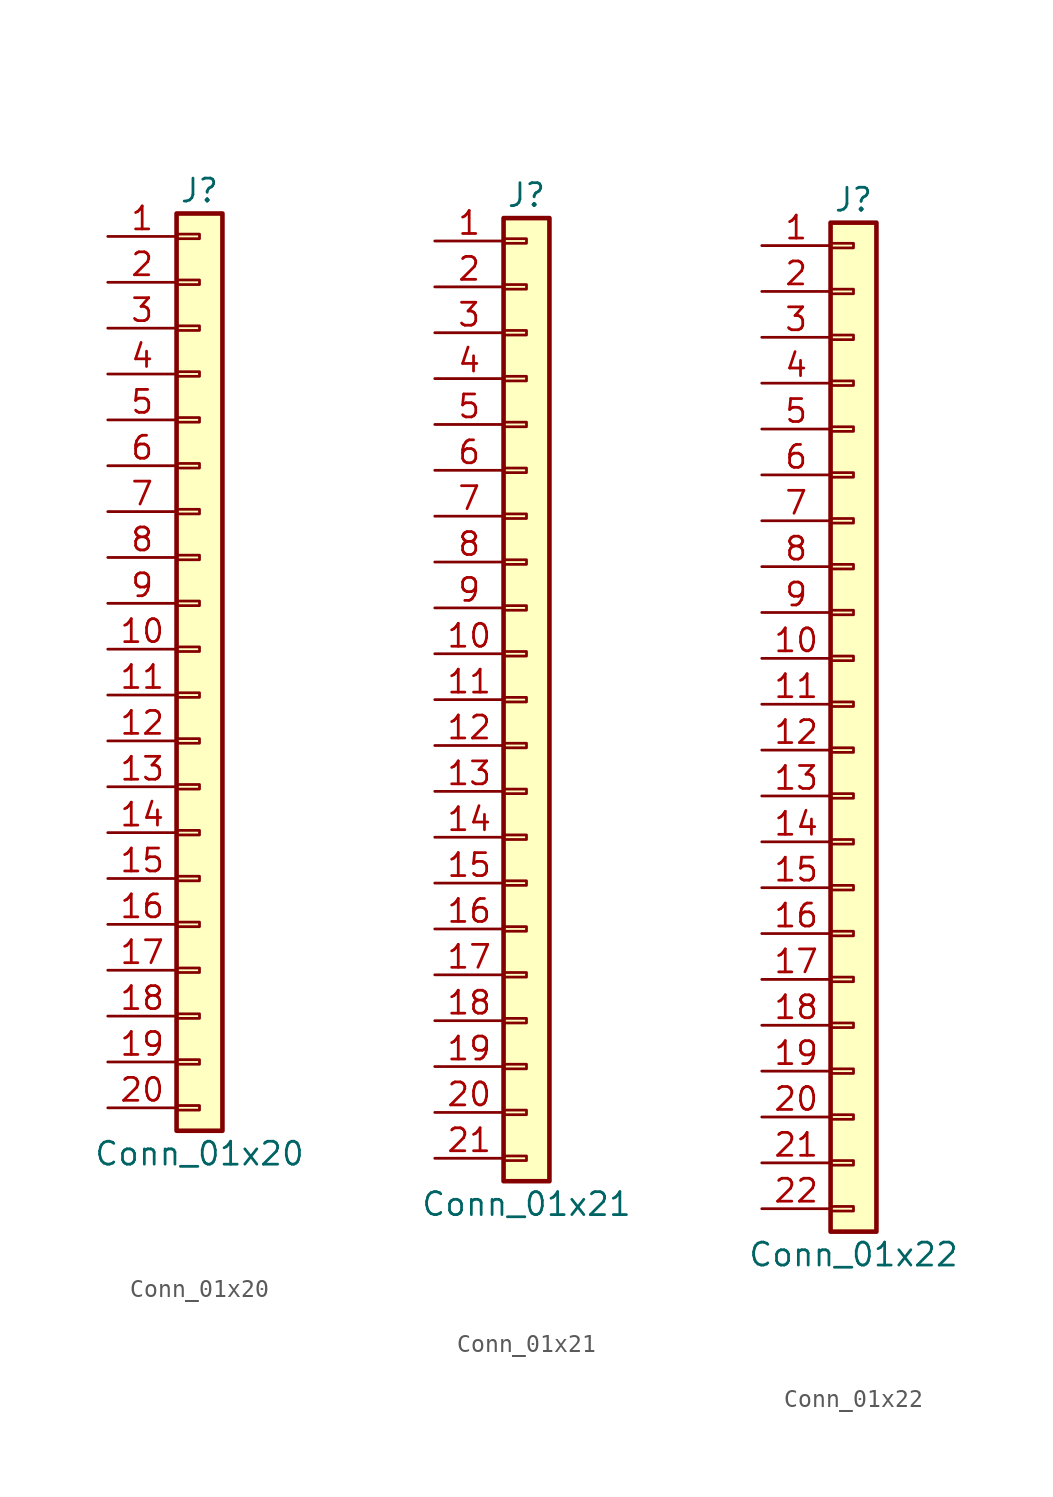
<source format=kicad_sym>
(kicad_symbol_lib
  (version 20201005)
  (generator kicad_symbol_editor)
  (symbol "Conn_01x20"
    (pin_names
      (offset 1.016) hide)
    (property "Reference" "J"
      (at 0 25.4 0)
      (effects (font (size 1.27 1.27))))
    (property "Value" "Conn_01x20"
      (at 0 -27.94 0)
      (effects (font (size 1.27 1.27))))
    (symbol "Conn_01x20_1_1"
      (rectangle (start -1.27 -25.273) (end 0 -25.527) (stroke (width 0.152)) (fill (type none)))
      (rectangle (start -1.27 -22.733) (end 0 -22.987) (stroke (width 0.152)) (fill (type none)))
      (rectangle (start -1.27 -20.193) (end 0 -20.447) (stroke (width 0.152)) (fill (type none)))
      (rectangle (start -1.27 -17.653) (end 0 -17.907) (stroke (width 0.152)) (fill (type none)))
      (rectangle (start -1.27 -15.113) (end 0 -15.367) (stroke (width 0.152)) (fill (type none)))
      (rectangle (start -1.27 -12.573) (end 0 -12.827) (stroke (width 0.152)) (fill (type none)))
      (rectangle (start -1.27 -10.033) (end 0 -10.287) (stroke (width 0.152)) (fill (type none)))
      (rectangle (start -1.27 -7.493) (end 0 -7.747) (stroke (width 0.152)) (fill (type none)))
      (rectangle (start -1.27 -4.953) (end 0 -5.207) (stroke (width 0.152)) (fill (type none)))
      (rectangle (start -1.27 -2.413) (end 0 -2.667) (stroke (width 0.152)) (fill (type none)))
      (rectangle (start -1.27 0.127) (end 0 -0.127) (stroke (width 0.152)) (fill (type none)))
      (rectangle (start -1.27 2.667) (end 0 2.413) (stroke (width 0.152)) (fill (type none)))
      (rectangle (start -1.27 5.207) (end 0 4.953) (stroke (width 0.152)) (fill (type none)))
      (rectangle (start -1.27 7.747) (end 0 7.493) (stroke (width 0.152)) (fill (type none)))
      (rectangle (start -1.27 10.287) (end 0 10.033) (stroke (width 0.152)) (fill (type none)))
      (rectangle (start -1.27 12.827) (end 0 12.573) (stroke (width 0.152)) (fill (type none)))
      (rectangle (start -1.27 15.367) (end 0 15.113) (stroke (width 0.152)) (fill (type none)))
      (rectangle (start -1.27 17.907) (end 0 17.653) (stroke (width 0.152)) (fill (type none)))
      (rectangle (start -1.27 20.447) (end 0 20.193) (stroke (width 0.152)) (fill (type none)))
      (rectangle (start -1.27 22.987) (end 0 22.733) (stroke (width 0.152)) (fill (type none)))
      (rectangle (start -1.27 24.13) (end 1.27 -26.67) (stroke (width 0.254)) (fill (type background)))
      (pin passive line (at -5.08 22.86 0) (length 3.81) (name "Pin_1" (effects (font (size 1.27 1.27)))) (number "1" (effects (font (size 1.27 1.27)))))
      (pin passive line (at -5.08 0 0) (length 3.81) (name "Pin_10" (effects (font (size 1.27 1.27)))) (number "10" (effects (font (size 1.27 1.27)))))
      (pin passive line (at -5.08 -2.54 0) (length 3.81) (name "Pin_11" (effects (font (size 1.27 1.27)))) (number "11" (effects (font (size 1.27 1.27)))))
      (pin passive line (at -5.08 -5.08 0) (length 3.81) (name "Pin_12" (effects (font (size 1.27 1.27)))) (number "12" (effects (font (size 1.27 1.27)))))
      (pin passive line (at -5.08 -7.62 0) (length 3.81) (name "Pin_13" (effects (font (size 1.27 1.27)))) (number "13" (effects (font (size 1.27 1.27)))))
      (pin passive line (at -5.08 -10.16 0) (length 3.81) (name "Pin_14" (effects (font (size 1.27 1.27)))) (number "14" (effects (font (size 1.27 1.27)))))
      (pin passive line (at -5.08 -12.7 0) (length 3.81) (name "Pin_15" (effects (font (size 1.27 1.27)))) (number "15" (effects (font (size 1.27 1.27)))))
      (pin passive line (at -5.08 -15.24 0) (length 3.81) (name "Pin_16" (effects (font (size 1.27 1.27)))) (number "16" (effects (font (size 1.27 1.27)))))
      (pin passive line (at -5.08 -17.78 0) (length 3.81) (name "Pin_17" (effects (font (size 1.27 1.27)))) (number "17" (effects (font (size 1.27 1.27)))))
      (pin passive line (at -5.08 -20.32 0) (length 3.81) (name "Pin_18" (effects (font (size 1.27 1.27)))) (number "18" (effects (font (size 1.27 1.27)))))
      (pin passive line (at -5.08 -22.86 0) (length 3.81) (name "Pin_19" (effects (font (size 1.27 1.27)))) (number "19" (effects (font (size 1.27 1.27)))))
      (pin passive line (at -5.08 20.32 0) (length 3.81) (name "Pin_2" (effects (font (size 1.27 1.27)))) (number "2" (effects (font (size 1.27 1.27)))))
      (pin passive line (at -5.08 -25.4 0) (length 3.81) (name "Pin_20" (effects (font (size 1.27 1.27)))) (number "20" (effects (font (size 1.27 1.27)))))
      (pin passive line (at -5.08 17.78 0) (length 3.81) (name "Pin_3" (effects (font (size 1.27 1.27)))) (number "3" (effects (font (size 1.27 1.27)))))
      (pin passive line (at -5.08 15.24 0) (length 3.81) (name "Pin_4" (effects (font (size 1.27 1.27)))) (number "4" (effects (font (size 1.27 1.27)))))
      (pin passive line (at -5.08 12.7 0) (length 3.81) (name "Pin_5" (effects (font (size 1.27 1.27)))) (number "5" (effects (font (size 1.27 1.27)))))
      (pin passive line (at -5.08 10.16 0) (length 3.81) (name "Pin_6" (effects (font (size 1.27 1.27)))) (number "6" (effects (font (size 1.27 1.27)))))
      (pin passive line (at -5.08 7.62 0) (length 3.81) (name "Pin_7" (effects (font (size 1.27 1.27)))) (number "7" (effects (font (size 1.27 1.27)))))
      (pin passive line (at -5.08 5.08 0) (length 3.81) (name "Pin_8" (effects (font (size 1.27 1.27)))) (number "8" (effects (font (size 1.27 1.27)))))
      (pin passive line (at -5.08 2.54 0) (length 3.81) (name "Pin_9" (effects (font (size 1.27 1.27)))) (number "9" (effects (font (size 1.27 1.27)))))))
  (symbol "Conn_01x21"
    (pin_names
      (offset 1.016) hide)
    (property "Reference" "J"
      (at 0 27.94 0)
      (effects (font (size 1.27 1.27))))
    (property "Value" "Conn_01x21"
      (at 0 -27.94 0)
      (effects (font (size 1.27 1.27))))
    (symbol "Conn_01x21_1_1"
      (rectangle (start -1.27 -25.273) (end 0 -25.527) (stroke (width 0.152)) (fill (type none)))
      (rectangle (start -1.27 -22.733) (end 0 -22.987) (stroke (width 0.152)) (fill (type none)))
      (rectangle (start -1.27 -20.193) (end 0 -20.447) (stroke (width 0.152)) (fill (type none)))
      (rectangle (start -1.27 -17.653) (end 0 -17.907) (stroke (width 0.152)) (fill (type none)))
      (rectangle (start -1.27 -15.113) (end 0 -15.367) (stroke (width 0.152)) (fill (type none)))
      (rectangle (start -1.27 -12.573) (end 0 -12.827) (stroke (width 0.152)) (fill (type none)))
      (rectangle (start -1.27 -10.033) (end 0 -10.287) (stroke (width 0.152)) (fill (type none)))
      (rectangle (start -1.27 -7.493) (end 0 -7.747) (stroke (width 0.152)) (fill (type none)))
      (rectangle (start -1.27 -4.953) (end 0 -5.207) (stroke (width 0.152)) (fill (type none)))
      (rectangle (start -1.27 -2.413) (end 0 -2.667) (stroke (width 0.152)) (fill (type none)))
      (rectangle (start -1.27 0.127) (end 0 -0.127) (stroke (width 0.152)) (fill (type none)))
      (rectangle (start -1.27 2.667) (end 0 2.413) (stroke (width 0.152)) (fill (type none)))
      (rectangle (start -1.27 5.207) (end 0 4.953) (stroke (width 0.152)) (fill (type none)))
      (rectangle (start -1.27 7.747) (end 0 7.493) (stroke (width 0.152)) (fill (type none)))
      (rectangle (start -1.27 10.287) (end 0 10.033) (stroke (width 0.152)) (fill (type none)))
      (rectangle (start -1.27 12.827) (end 0 12.573) (stroke (width 0.152)) (fill (type none)))
      (rectangle (start -1.27 15.367) (end 0 15.113) (stroke (width 0.152)) (fill (type none)))
      (rectangle (start -1.27 17.907) (end 0 17.653) (stroke (width 0.152)) (fill (type none)))
      (rectangle (start -1.27 20.447) (end 0 20.193) (stroke (width 0.152)) (fill (type none)))
      (rectangle (start -1.27 22.987) (end 0 22.733) (stroke (width 0.152)) (fill (type none)))
      (rectangle (start -1.27 25.527) (end 0 25.273) (stroke (width 0.152)) (fill (type none)))
      (rectangle (start -1.27 26.67) (end 1.27 -26.67) (stroke (width 0.254)) (fill (type background)))
      (pin passive line (at -5.08 25.4 0) (length 3.81) (name "Pin_1" (effects (font (size 1.27 1.27)))) (number "1" (effects (font (size 1.27 1.27)))))
      (pin passive line (at -5.08 2.54 0) (length 3.81) (name "Pin_10" (effects (font (size 1.27 1.27)))) (number "10" (effects (font (size 1.27 1.27)))))
      (pin passive line (at -5.08 0 0) (length 3.81) (name "Pin_11" (effects (font (size 1.27 1.27)))) (number "11" (effects (font (size 1.27 1.27)))))
      (pin passive line (at -5.08 -2.54 0) (length 3.81) (name "Pin_12" (effects (font (size 1.27 1.27)))) (number "12" (effects (font (size 1.27 1.27)))))
      (pin passive line (at -5.08 -5.08 0) (length 3.81) (name "Pin_13" (effects (font (size 1.27 1.27)))) (number "13" (effects (font (size 1.27 1.27)))))
      (pin passive line (at -5.08 -7.62 0) (length 3.81) (name "Pin_14" (effects (font (size 1.27 1.27)))) (number "14" (effects (font (size 1.27 1.27)))))
      (pin passive line (at -5.08 -10.16 0) (length 3.81) (name "Pin_15" (effects (font (size 1.27 1.27)))) (number "15" (effects (font (size 1.27 1.27)))))
      (pin passive line (at -5.08 -12.7 0) (length 3.81) (name "Pin_16" (effects (font (size 1.27 1.27)))) (number "16" (effects (font (size 1.27 1.27)))))
      (pin passive line (at -5.08 -15.24 0) (length 3.81) (name "Pin_17" (effects (font (size 1.27 1.27)))) (number "17" (effects (font (size 1.27 1.27)))))
      (pin passive line (at -5.08 -17.78 0) (length 3.81) (name "Pin_18" (effects (font (size 1.27 1.27)))) (number "18" (effects (font (size 1.27 1.27)))))
      (pin passive line (at -5.08 -20.32 0) (length 3.81) (name "Pin_19" (effects (font (size 1.27 1.27)))) (number "19" (effects (font (size 1.27 1.27)))))
      (pin passive line (at -5.08 22.86 0) (length 3.81) (name "Pin_2" (effects (font (size 1.27 1.27)))) (number "2" (effects (font (size 1.27 1.27)))))
      (pin passive line (at -5.08 -22.86 0) (length 3.81) (name "Pin_20" (effects (font (size 1.27 1.27)))) (number "20" (effects (font (size 1.27 1.27)))))
      (pin passive line (at -5.08 -25.4 0) (length 3.81) (name "Pin_21" (effects (font (size 1.27 1.27)))) (number "21" (effects (font (size 1.27 1.27)))))
      (pin passive line (at -5.08 20.32 0) (length 3.81) (name "Pin_3" (effects (font (size 1.27 1.27)))) (number "3" (effects (font (size 1.27 1.27)))))
      (pin passive line (at -5.08 17.78 0) (length 3.81) (name "Pin_4" (effects (font (size 1.27 1.27)))) (number "4" (effects (font (size 1.27 1.27)))))
      (pin passive line (at -5.08 15.24 0) (length 3.81) (name "Pin_5" (effects (font (size 1.27 1.27)))) (number "5" (effects (font (size 1.27 1.27)))))
      (pin passive line (at -5.08 12.7 0) (length 3.81) (name "Pin_6" (effects (font (size 1.27 1.27)))) (number "6" (effects (font (size 1.27 1.27)))))
      (pin passive line (at -5.08 10.16 0) (length 3.81) (name "Pin_7" (effects (font (size 1.27 1.27)))) (number "7" (effects (font (size 1.27 1.27)))))
      (pin passive line (at -5.08 7.62 0) (length 3.81) (name "Pin_8" (effects (font (size 1.27 1.27)))) (number "8" (effects (font (size 1.27 1.27)))))
      (pin passive line (at -5.08 5.08 0) (length 3.81) (name "Pin_9" (effects (font (size 1.27 1.27)))) (number "9" (effects (font (size 1.27 1.27)))))))
  (symbol "Conn_01x22"
    (pin_names
      (offset 1.016) hide)
    (property "Reference" "J"
      (at 0 27.94 0)
      (effects (font (size 1.27 1.27))))
    (property "Value" "Conn_01x22"
      (at 0 -30.48 0)
      (effects (font (size 1.27 1.27))))
    (symbol "Conn_01x22_1_1"
      (rectangle (start -1.27 -27.813) (end 0 -28.067) (stroke (width 0.152)) (fill (type none)))
      (rectangle (start -1.27 -25.273) (end 0 -25.527) (stroke (width 0.152)) (fill (type none)))
      (rectangle (start -1.27 -22.733) (end 0 -22.987) (stroke (width 0.152)) (fill (type none)))
      (rectangle (start -1.27 -20.193) (end 0 -20.447) (stroke (width 0.152)) (fill (type none)))
      (rectangle (start -1.27 -17.653) (end 0 -17.907) (stroke (width 0.152)) (fill (type none)))
      (rectangle (start -1.27 -15.113) (end 0 -15.367) (stroke (width 0.152)) (fill (type none)))
      (rectangle (start -1.27 -12.573) (end 0 -12.827) (stroke (width 0.152)) (fill (type none)))
      (rectangle (start -1.27 -10.033) (end 0 -10.287) (stroke (width 0.152)) (fill (type none)))
      (rectangle (start -1.27 -7.493) (end 0 -7.747) (stroke (width 0.152)) (fill (type none)))
      (rectangle (start -1.27 -4.953) (end 0 -5.207) (stroke (width 0.152)) (fill (type none)))
      (rectangle (start -1.27 -2.413) (end 0 -2.667) (stroke (width 0.152)) (fill (type none)))
      (rectangle (start -1.27 0.127) (end 0 -0.127) (stroke (width 0.152)) (fill (type none)))
      (rectangle (start -1.27 2.667) (end 0 2.413) (stroke (width 0.152)) (fill (type none)))
      (rectangle (start -1.27 5.207) (end 0 4.953) (stroke (width 0.152)) (fill (type none)))
      (rectangle (start -1.27 7.747) (end 0 7.493) (stroke (width 0.152)) (fill (type none)))
      (rectangle (start -1.27 10.287) (end 0 10.033) (stroke (width 0.152)) (fill (type none)))
      (rectangle (start -1.27 12.827) (end 0 12.573) (stroke (width 0.152)) (fill (type none)))
      (rectangle (start -1.27 15.367) (end 0 15.113) (stroke (width 0.152)) (fill (type none)))
      (rectangle (start -1.27 17.907) (end 0 17.653) (stroke (width 0.152)) (fill (type none)))
      (rectangle (start -1.27 20.447) (end 0 20.193) (stroke (width 0.152)) (fill (type none)))
      (rectangle (start -1.27 22.987) (end 0 22.733) (stroke (width 0.152)) (fill (type none)))
      (rectangle (start -1.27 25.527) (end 0 25.273) (stroke (width 0.152)) (fill (type none)))
      (rectangle (start -1.27 26.67) (end 1.27 -29.21) (stroke (width 0.254)) (fill (type background)))
      (pin passive line (at -5.08 25.4 0) (length 3.81) (name "Pin_1" (effects (font (size 1.27 1.27)))) (number "1" (effects (font (size 1.27 1.27)))))
      (pin passive line (at -5.08 2.54 0) (length 3.81) (name "Pin_10" (effects (font (size 1.27 1.27)))) (number "10" (effects (font (size 1.27 1.27)))))
      (pin passive line (at -5.08 0 0) (length 3.81) (name "Pin_11" (effects (font (size 1.27 1.27)))) (number "11" (effects (font (size 1.27 1.27)))))
      (pin passive line (at -5.08 -2.54 0) (length 3.81) (name "Pin_12" (effects (font (size 1.27 1.27)))) (number "12" (effects (font (size 1.27 1.27)))))
      (pin passive line (at -5.08 -5.08 0) (length 3.81) (name "Pin_13" (effects (font (size 1.27 1.27)))) (number "13" (effects (font (size 1.27 1.27)))))
      (pin passive line (at -5.08 -7.62 0) (length 3.81) (name "Pin_14" (effects (font (size 1.27 1.27)))) (number "14" (effects (font (size 1.27 1.27)))))
      (pin passive line (at -5.08 -10.16 0) (length 3.81) (name "Pin_15" (effects (font (size 1.27 1.27)))) (number "15" (effects (font (size 1.27 1.27)))))
      (pin passive line (at -5.08 -12.7 0) (length 3.81) (name "Pin_16" (effects (font (size 1.27 1.27)))) (number "16" (effects (font (size 1.27 1.27)))))
      (pin passive line (at -5.08 -15.24 0) (length 3.81) (name "Pin_17" (effects (font (size 1.27 1.27)))) (number "17" (effects (font (size 1.27 1.27)))))
      (pin passive line (at -5.08 -17.78 0) (length 3.81) (name "Pin_18" (effects (font (size 1.27 1.27)))) (number "18" (effects (font (size 1.27 1.27)))))
      (pin passive line (at -5.08 -20.32 0) (length 3.81) (name "Pin_19" (effects (font (size 1.27 1.27)))) (number "19" (effects (font (size 1.27 1.27)))))
      (pin passive line (at -5.08 22.86 0) (length 3.81) (name "Pin_2" (effects (font (size 1.27 1.27)))) (number "2" (effects (font (size 1.27 1.27)))))
      (pin passive line (at -5.08 -22.86 0) (length 3.81) (name "Pin_20" (effects (font (size 1.27 1.27)))) (number "20" (effects (font (size 1.27 1.27)))))
      (pin passive line (at -5.08 -25.4 0) (length 3.81) (name "Pin_21" (effects (font (size 1.27 1.27)))) (number "21" (effects (font (size 1.27 1.27)))))
      (pin passive line (at -5.08 -27.94 0) (length 3.81) (name "Pin_22" (effects (font (size 1.27 1.27)))) (number "22" (effects (font (size 1.27 1.27)))))
      (pin passive line (at -5.08 20.32 0) (length 3.81) (name "Pin_3" (effects (font (size 1.27 1.27)))) (number "3" (effects (font (size 1.27 1.27)))))
      (pin passive line (at -5.08 17.78 0) (length 3.81) (name "Pin_4" (effects (font (size 1.27 1.27)))) (number "4" (effects (font (size 1.27 1.27)))))
      (pin passive line (at -5.08 15.24 0) (length 3.81) (name "Pin_5" (effects (font (size 1.27 1.27)))) (number "5" (effects (font (size 1.27 1.27)))))
      (pin passive line (at -5.08 12.7 0) (length 3.81) (name "Pin_6" (effects (font (size 1.27 1.27)))) (number "6" (effects (font (size 1.27 1.27)))))
      (pin passive line (at -5.08 10.16 0) (length 3.81) (name "Pin_7" (effects (font (size 1.27 1.27)))) (number "7" (effects (font (size 1.27 1.27)))))
      (pin passive line (at -5.08 7.62 0) (length 3.81) (name "Pin_8" (effects (font (size 1.27 1.27)))) (number "8" (effects (font (size 1.27 1.27)))))
      (pin passive line (at -5.08 5.08 0) (length 3.81) (name "Pin_9" (effects (font (size 1.27 1.27)))) (number "9" (effects (font (size 1.27 1.27))))))))
</source>
